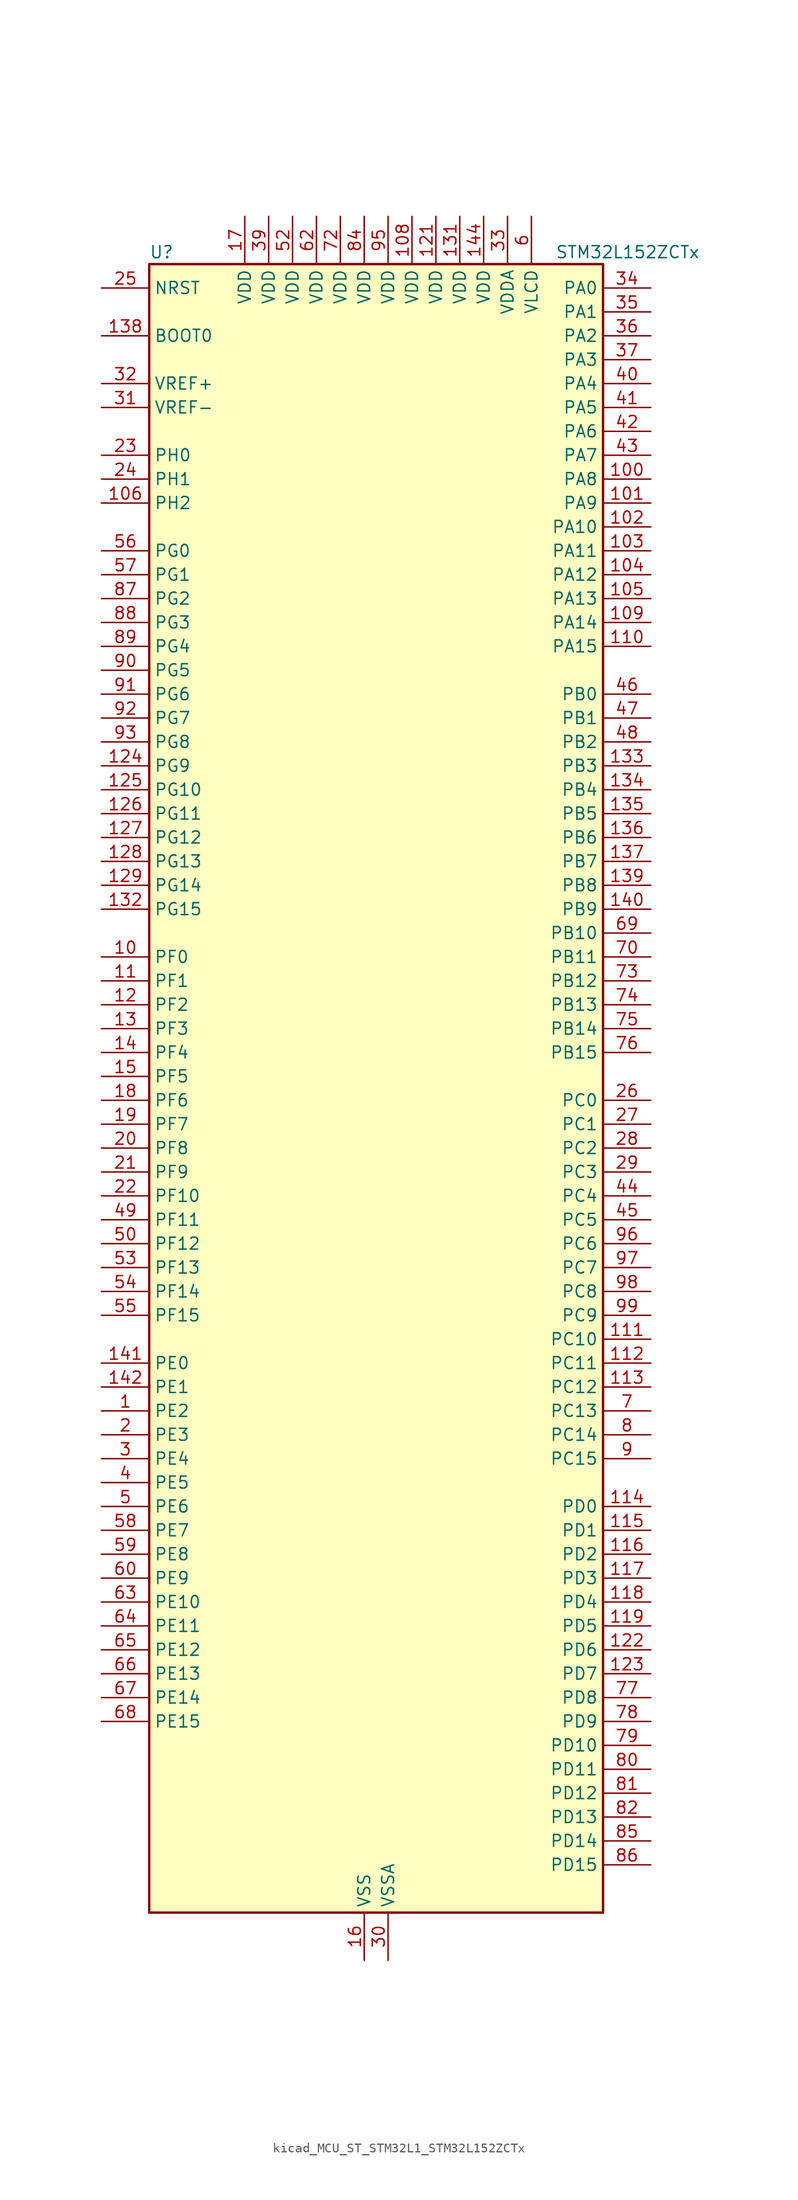
<source format=kicad_sym>
(kicad_symbol_lib
  (version 20220914)
  (generator kicad_symbol_editor)
  (symbol "kicad_MCU_ST_STM32L1_STM32L152ZCTx"
    (property "Reference" "U"
      (at -22.86 90.17 0)
      (effects (font (size 1.27 1.27)) (justify left)))
    (property "Value" "STM32L152ZCTx"
      (at 20.32 90.17 0)
      (effects (font (size 1.27 1.27)) (justify left)))
    (property "ki_locked" ""
      (at 0 0 0)
      (effects (font (size 1.27 1.27))))
    (symbol "kicad_MCU_ST_STM32L1_STM32L152ZCTx_0_1"
      (rectangle (start -22.86 -86.36) (end 25.4 88.9) (stroke (width 0.254) (type default)) (fill (type background))))
    (symbol "kicad_MCU_ST_STM32L1_STM32L152ZCTx_1_1"
      (pin bidirectional line (at -27.94 -33.02 0) (length 5.08) (name "PE2" (effects (font (size 1.27 1.27)))) (number "1" (effects (font (size 1.27 1.27)))) (alternate "LCD_SEG38" bidirectional line) (alternate "SYS_TRACECK" bidirectional line) (alternate "TIM3_ETR" bidirectional line) (alternate "TIMX_IC3" bidirectional line))
      (pin bidirectional line (at -27.94 15.24 0) (length 5.08) (name "PF0" (effects (font (size 1.27 1.27)))) (number "10" (effects (font (size 1.27 1.27)))))
      (pin bidirectional line (at 30.48 66.04 180) (length 5.08) (name "PA8" (effects (font (size 1.27 1.27)))) (number "100" (effects (font (size 1.27 1.27)))) (alternate "LCD_COM0" bidirectional line) (alternate "RCC_MCO" bidirectional line) (alternate "TIMX_IC1" bidirectional line) (alternate "TS_G4_IO1" bidirectional line) (alternate "USART1_CK" bidirectional line))
      (pin bidirectional line (at 30.48 63.5 180) (length 5.08) (name "PA9" (effects (font (size 1.27 1.27)))) (number "101" (effects (font (size 1.27 1.27)))) (alternate "DAC_EXTI9" bidirectional line) (alternate "LCD_COM1" bidirectional line) (alternate "TIMX_IC2" bidirectional line) (alternate "TS_G4_IO2" bidirectional line) (alternate "USART1_TX" bidirectional line))
      (pin bidirectional line (at 30.48 60.96 180) (length 5.08) (name "PA10" (effects (font (size 1.27 1.27)))) (number "102" (effects (font (size 1.27 1.27)))) (alternate "LCD_COM2" bidirectional line) (alternate "TIMX_IC3" bidirectional line) (alternate "TS_G4_IO3" bidirectional line) (alternate "USART1_RX" bidirectional line))
      (pin bidirectional line (at 30.48 58.42 180) (length 5.08) (name "PA11" (effects (font (size 1.27 1.27)))) (number "103" (effects (font (size 1.27 1.27)))) (alternate "ADC_EXTI11" bidirectional line) (alternate "SPI1_MISO" bidirectional line) (alternate "TIMX_IC4" bidirectional line) (alternate "USART1_CTS" bidirectional line) (alternate "USB_DM" bidirectional line))
      (pin bidirectional line (at 30.48 55.88 180) (length 5.08) (name "PA12" (effects (font (size 1.27 1.27)))) (number "104" (effects (font (size 1.27 1.27)))) (alternate "SPI1_MOSI" bidirectional line) (alternate "TIMX_IC1" bidirectional line) (alternate "USART1_RTS" bidirectional line) (alternate "USB_DP" bidirectional line))
      (pin bidirectional line (at 30.48 53.34 180) (length 5.08) (name "PA13" (effects (font (size 1.27 1.27)))) (number "105" (effects (font (size 1.27 1.27)))) (alternate "SYS_JTMS-SWDIO" bidirectional line) (alternate "TIMX_IC2" bidirectional line) (alternate "TS_G5_IO1" bidirectional line))
      (pin bidirectional line (at -27.94 63.5 0) (length 5.08) (name "PH2" (effects (font (size 1.27 1.27)))) (number "106" (effects (font (size 1.27 1.27)))))
      (pin passive line (at 0 -91.44 90) (length 5.08) hide (name "VSS" (effects (font (size 1.27 1.27)))) (number "107" (effects (font (size 1.27 1.27)))))
      (pin power_in line (at 5.08 93.98 270) (length 5.08) (name "VDD" (effects (font (size 1.27 1.27)))) (number "108" (effects (font (size 1.27 1.27)))))
      (pin bidirectional line (at 30.48 50.8 180) (length 5.08) (name "PA14" (effects (font (size 1.27 1.27)))) (number "109" (effects (font (size 1.27 1.27)))) (alternate "SYS_JTCK-SWCLK" bidirectional line) (alternate "TIMX_IC3" bidirectional line) (alternate "TS_G5_IO2" bidirectional line))
      (pin bidirectional line (at -27.94 12.7 0) (length 5.08) (name "PF1" (effects (font (size 1.27 1.27)))) (number "11" (effects (font (size 1.27 1.27)))))
      (pin bidirectional line (at 30.48 48.26 180) (length 5.08) (name "PA15" (effects (font (size 1.27 1.27)))) (number "110" (effects (font (size 1.27 1.27)))) (alternate "ADC_EXTI15" bidirectional line) (alternate "I2S3_WS" bidirectional line) (alternate "LCD_SEG17" bidirectional line) (alternate "SPI1_NSS" bidirectional line) (alternate "SPI3_NSS" bidirectional line) (alternate "SYS_JTDI" bidirectional line) (alternate "TIM2_CH1" bidirectional line) (alternate "TIM2_ETR" bidirectional line) (alternate "TIMX_IC4" bidirectional line) (alternate "TS_G5_IO3" bidirectional line))
      (pin bidirectional line (at 30.48 -25.4 180) (length 5.08) (name "PC10" (effects (font (size 1.27 1.27)))) (number "111" (effects (font (size 1.27 1.27)))) (alternate "I2S3_CK" bidirectional line) (alternate "LCD_COM4" bidirectional line) (alternate "LCD_SEG28" bidirectional line) (alternate "LCD_SEG40" bidirectional line) (alternate "SPI3_SCK" bidirectional line) (alternate "TIMX_IC3" bidirectional line) (alternate "USART3_TX" bidirectional line))
      (pin bidirectional line (at 30.48 -27.94 180) (length 5.08) (name "PC11" (effects (font (size 1.27 1.27)))) (number "112" (effects (font (size 1.27 1.27)))) (alternate "ADC_EXTI11" bidirectional line) (alternate "LCD_COM5" bidirectional line) (alternate "LCD_SEG29" bidirectional line) (alternate "LCD_SEG41" bidirectional line) (alternate "SPI3_MISO" bidirectional line) (alternate "TIMX_IC4" bidirectional line) (alternate "USART3_RX" bidirectional line))
      (pin bidirectional line (at 30.48 -30.48 180) (length 5.08) (name "PC12" (effects (font (size 1.27 1.27)))) (number "113" (effects (font (size 1.27 1.27)))) (alternate "I2S3_SD" bidirectional line) (alternate "LCD_COM6" bidirectional line) (alternate "LCD_SEG30" bidirectional line) (alternate "LCD_SEG42" bidirectional line) (alternate "SPI3_MOSI" bidirectional line) (alternate "TIMX_IC1" bidirectional line) (alternate "USART3_CK" bidirectional line))
      (pin bidirectional line (at 30.48 -43.18 180) (length 5.08) (name "PD0" (effects (font (size 1.27 1.27)))) (number "114" (effects (font (size 1.27 1.27)))) (alternate "I2S2_WS" bidirectional line) (alternate "SPI2_NSS" bidirectional line) (alternate "TIM9_CH1" bidirectional line) (alternate "TIMX_IC1" bidirectional line))
      (pin bidirectional line (at 30.48 -45.72 180) (length 5.08) (name "PD1" (effects (font (size 1.27 1.27)))) (number "115" (effects (font (size 1.27 1.27)))) (alternate "I2S2_CK" bidirectional line) (alternate "SPI2_SCK" bidirectional line) (alternate "TIMX_IC2" bidirectional line))
      (pin bidirectional line (at 30.48 -48.26 180) (length 5.08) (name "PD2" (effects (font (size 1.27 1.27)))) (number "116" (effects (font (size 1.27 1.27)))) (alternate "LCD_COM7" bidirectional line) (alternate "LCD_SEG31" bidirectional line) (alternate "LCD_SEG43" bidirectional line) (alternate "TIM3_ETR" bidirectional line) (alternate "TIMX_IC3" bidirectional line))
      (pin bidirectional line (at 30.48 -50.8 180) (length 5.08) (name "PD3" (effects (font (size 1.27 1.27)))) (number "117" (effects (font (size 1.27 1.27)))) (alternate "SPI2_MISO" bidirectional line) (alternate "TIMX_IC4" bidirectional line) (alternate "USART2_CTS" bidirectional line))
      (pin bidirectional line (at 30.48 -53.34 180) (length 5.08) (name "PD4" (effects (font (size 1.27 1.27)))) (number "118" (effects (font (size 1.27 1.27)))) (alternate "I2S2_SD" bidirectional line) (alternate "SPI2_MOSI" bidirectional line) (alternate "TIMX_IC1" bidirectional line) (alternate "USART2_RTS" bidirectional line))
      (pin bidirectional line (at 30.48 -55.88 180) (length 5.08) (name "PD5" (effects (font (size 1.27 1.27)))) (number "119" (effects (font (size 1.27 1.27)))) (alternate "TIMX_IC2" bidirectional line) (alternate "USART2_TX" bidirectional line))
      (pin bidirectional line (at -27.94 10.16 0) (length 5.08) (name "PF2" (effects (font (size 1.27 1.27)))) (number "12" (effects (font (size 1.27 1.27)))))
      (pin passive line (at 0 -91.44 90) (length 5.08) hide (name "VSS" (effects (font (size 1.27 1.27)))) (number "120" (effects (font (size 1.27 1.27)))))
      (pin power_in line (at 7.62 93.98 270) (length 5.08) (name "VDD" (effects (font (size 1.27 1.27)))) (number "121" (effects (font (size 1.27 1.27)))))
      (pin bidirectional line (at 30.48 -58.42 180) (length 5.08) (name "PD6" (effects (font (size 1.27 1.27)))) (number "122" (effects (font (size 1.27 1.27)))) (alternate "TIMX_IC3" bidirectional line) (alternate "USART2_RX" bidirectional line))
      (pin bidirectional line (at 30.48 -60.96 180) (length 5.08) (name "PD7" (effects (font (size 1.27 1.27)))) (number "123" (effects (font (size 1.27 1.27)))) (alternate "TIM9_CH2" bidirectional line) (alternate "TIMX_IC4" bidirectional line) (alternate "USART2_CK" bidirectional line))
      (pin bidirectional line (at -27.94 35.56 0) (length 5.08) (name "PG9" (effects (font (size 1.27 1.27)))) (number "124" (effects (font (size 1.27 1.27)))) (alternate "DAC_EXTI9" bidirectional line))
      (pin bidirectional line (at -27.94 33.02 0) (length 5.08) (name "PG10" (effects (font (size 1.27 1.27)))) (number "125" (effects (font (size 1.27 1.27)))))
      (pin bidirectional line (at -27.94 30.48 0) (length 5.08) (name "PG11" (effects (font (size 1.27 1.27)))) (number "126" (effects (font (size 1.27 1.27)))) (alternate "ADC_EXTI11" bidirectional line))
      (pin bidirectional line (at -27.94 27.94 0) (length 5.08) (name "PG12" (effects (font (size 1.27 1.27)))) (number "127" (effects (font (size 1.27 1.27)))))
      (pin bidirectional line (at -27.94 25.4 0) (length 5.08) (name "PG13" (effects (font (size 1.27 1.27)))) (number "128" (effects (font (size 1.27 1.27)))))
      (pin bidirectional line (at -27.94 22.86 0) (length 5.08) (name "PG14" (effects (font (size 1.27 1.27)))) (number "129" (effects (font (size 1.27 1.27)))))
      (pin bidirectional line (at -27.94 7.62 0) (length 5.08) (name "PF3" (effects (font (size 1.27 1.27)))) (number "13" (effects (font (size 1.27 1.27)))))
      (pin passive line (at 0 -91.44 90) (length 5.08) hide (name "VSS" (effects (font (size 1.27 1.27)))) (number "130" (effects (font (size 1.27 1.27)))))
      (pin power_in line (at 10.16 93.98 270) (length 5.08) (name "VDD" (effects (font (size 1.27 1.27)))) (number "131" (effects (font (size 1.27 1.27)))))
      (pin bidirectional line (at -27.94 20.32 0) (length 5.08) (name "PG15" (effects (font (size 1.27 1.27)))) (number "132" (effects (font (size 1.27 1.27)))) (alternate "ADC_EXTI15" bidirectional line))
      (pin bidirectional line (at 30.48 35.56 180) (length 5.08) (name "PB3" (effects (font (size 1.27 1.27)))) (number "133" (effects (font (size 1.27 1.27)))) (alternate "COMP2_INM" bidirectional line) (alternate "I2S3_CK" bidirectional line) (alternate "LCD_SEG7" bidirectional line) (alternate "SPI1_SCK" bidirectional line) (alternate "SPI3_SCK" bidirectional line) (alternate "SYS_JTDO-TRACESWO" bidirectional line) (alternate "TIM2_CH2" bidirectional line))
      (pin bidirectional line (at 30.48 33.02 180) (length 5.08) (name "PB4" (effects (font (size 1.27 1.27)))) (number "134" (effects (font (size 1.27 1.27)))) (alternate "COMP2_INP" bidirectional line) (alternate "LCD_SEG8" bidirectional line) (alternate "SPI1_MISO" bidirectional line) (alternate "SPI3_MISO" bidirectional line) (alternate "SYS_JTRST" bidirectional line) (alternate "TIM3_CH1" bidirectional line) (alternate "TS_G6_IO1" bidirectional line))
      (pin bidirectional line (at 30.48 30.48 180) (length 5.08) (name "PB5" (effects (font (size 1.27 1.27)))) (number "135" (effects (font (size 1.27 1.27)))) (alternate "COMP2_INP" bidirectional line) (alternate "I2C1_SMBA" bidirectional line) (alternate "I2S3_SD" bidirectional line) (alternate "LCD_SEG9" bidirectional line) (alternate "SPI1_MOSI" bidirectional line) (alternate "SPI3_MOSI" bidirectional line) (alternate "TIM3_CH2" bidirectional line) (alternate "TS_G6_IO2" bidirectional line))
      (pin bidirectional line (at 30.48 27.94 180) (length 5.08) (name "PB6" (effects (font (size 1.27 1.27)))) (number "136" (effects (font (size 1.27 1.27)))) (alternate "COMP2_INP" bidirectional line) (alternate "I2C1_SCL" bidirectional line) (alternate "TIM4_CH1" bidirectional line) (alternate "TS_G6_IO3" bidirectional line) (alternate "USART1_TX" bidirectional line))
      (pin bidirectional line (at 30.48 25.4 180) (length 5.08) (name "PB7" (effects (font (size 1.27 1.27)))) (number "137" (effects (font (size 1.27 1.27)))) (alternate "COMP2_INP" bidirectional line) (alternate "I2C1_SDA" bidirectional line) (alternate "SYS_PVD_IN" bidirectional line) (alternate "TIM4_CH2" bidirectional line) (alternate "TS_G6_IO4" bidirectional line) (alternate "USART1_RX" bidirectional line))
      (pin input line (at -27.94 81.28 0) (length 5.08) (name "BOOT0" (effects (font (size 1.27 1.27)))) (number "138" (effects (font (size 1.27 1.27)))))
      (pin bidirectional line (at 30.48 22.86 180) (length 5.08) (name "PB8" (effects (font (size 1.27 1.27)))) (number "139" (effects (font (size 1.27 1.27)))) (alternate "I2C1_SCL" bidirectional line) (alternate "LCD_SEG16" bidirectional line) (alternate "TIM10_CH1" bidirectional line) (alternate "TIM4_CH3" bidirectional line))
      (pin bidirectional line (at -27.94 5.08 0) (length 5.08) (name "PF4" (effects (font (size 1.27 1.27)))) (number "14" (effects (font (size 1.27 1.27)))))
      (pin bidirectional line (at 30.48 20.32 180) (length 5.08) (name "PB9" (effects (font (size 1.27 1.27)))) (number "140" (effects (font (size 1.27 1.27)))) (alternate "DAC_EXTI9" bidirectional line) (alternate "I2C1_SDA" bidirectional line) (alternate "LCD_COM3" bidirectional line) (alternate "TIM11_CH1" bidirectional line) (alternate "TIM4_CH4" bidirectional line))
      (pin bidirectional line (at -27.94 -27.94 0) (length 5.08) (name "PE0" (effects (font (size 1.27 1.27)))) (number "141" (effects (font (size 1.27 1.27)))) (alternate "LCD_SEG36" bidirectional line) (alternate "TIM10_CH1" bidirectional line) (alternate "TIM4_ETR" bidirectional line) (alternate "TIMX_IC1" bidirectional line))
      (pin bidirectional line (at -27.94 -30.48 0) (length 5.08) (name "PE1" (effects (font (size 1.27 1.27)))) (number "142" (effects (font (size 1.27 1.27)))) (alternate "LCD_SEG37" bidirectional line) (alternate "TIM11_CH1" bidirectional line) (alternate "TIMX_IC2" bidirectional line))
      (pin passive line (at 0 -91.44 90) (length 5.08) hide (name "VSS" (effects (font (size 1.27 1.27)))) (number "143" (effects (font (size 1.27 1.27)))))
      (pin power_in line (at 12.7 93.98 270) (length 5.08) (name "VDD" (effects (font (size 1.27 1.27)))) (number "144" (effects (font (size 1.27 1.27)))))
      (pin bidirectional line (at -27.94 2.54 0) (length 5.08) (name "PF5" (effects (font (size 1.27 1.27)))) (number "15" (effects (font (size 1.27 1.27)))))
      (pin power_in line (at 0 -91.44 90) (length 5.08) (name "VSS" (effects (font (size 1.27 1.27)))) (number "16" (effects (font (size 1.27 1.27)))))
      (pin power_in line (at -12.7 93.98 270) (length 5.08) (name "VDD" (effects (font (size 1.27 1.27)))) (number "17" (effects (font (size 1.27 1.27)))))
      (pin bidirectional line (at -27.94 0 0) (length 5.08) (name "PF6" (effects (font (size 1.27 1.27)))) (number "18" (effects (font (size 1.27 1.27)))) (alternate "ADC_IN27" bidirectional line) (alternate "TIM5_CH1" bidirectional line) (alternate "TIM5_ETR" bidirectional line) (alternate "TS_G11_IO1" bidirectional line))
      (pin bidirectional line (at -27.94 -2.54 0) (length 5.08) (name "PF7" (effects (font (size 1.27 1.27)))) (number "19" (effects (font (size 1.27 1.27)))) (alternate "ADC_IN28" bidirectional line) (alternate "COMP1_INP" bidirectional line) (alternate "TIM5_CH2" bidirectional line) (alternate "TS_G11_IO2" bidirectional line))
      (pin bidirectional line (at -27.94 -35.56 0) (length 5.08) (name "PE3" (effects (font (size 1.27 1.27)))) (number "2" (effects (font (size 1.27 1.27)))) (alternate "LCD_SEG39" bidirectional line) (alternate "SYS_TRACED0" bidirectional line) (alternate "TIM3_CH1" bidirectional line) (alternate "TIMX_IC4" bidirectional line))
      (pin bidirectional line (at -27.94 -5.08 0) (length 5.08) (name "PF8" (effects (font (size 1.27 1.27)))) (number "20" (effects (font (size 1.27 1.27)))) (alternate "ADC_IN29" bidirectional line) (alternate "COMP1_INP" bidirectional line) (alternate "TIM5_CH3" bidirectional line) (alternate "TS_G11_IO3" bidirectional line))
      (pin bidirectional line (at -27.94 -7.62 0) (length 5.08) (name "PF9" (effects (font (size 1.27 1.27)))) (number "21" (effects (font (size 1.27 1.27)))) (alternate "ADC_IN30" bidirectional line) (alternate "COMP1_INP" bidirectional line) (alternate "DAC_EXTI9" bidirectional line) (alternate "TIM5_CH4" bidirectional line) (alternate "TS_G11_IO4" bidirectional line))
      (pin bidirectional line (at -27.94 -10.16 0) (length 5.08) (name "PF10" (effects (font (size 1.27 1.27)))) (number "22" (effects (font (size 1.27 1.27)))) (alternate "ADC_IN31" bidirectional line) (alternate "COMP1_INP" bidirectional line) (alternate "TS_G11_IO5" bidirectional line))
      (pin bidirectional line (at -27.94 68.58 0) (length 5.08) (name "PH0" (effects (font (size 1.27 1.27)))) (number "23" (effects (font (size 1.27 1.27)))) (alternate "RCC_OSC_IN" bidirectional line))
      (pin bidirectional line (at -27.94 66.04 0) (length 5.08) (name "PH1" (effects (font (size 1.27 1.27)))) (number "24" (effects (font (size 1.27 1.27)))) (alternate "RCC_OSC_OUT" bidirectional line))
      (pin input line (at -27.94 86.36 0) (length 5.08) (name "NRST" (effects (font (size 1.27 1.27)))) (number "25" (effects (font (size 1.27 1.27)))))
      (pin bidirectional line (at 30.48 0 180) (length 5.08) (name "PC0" (effects (font (size 1.27 1.27)))) (number "26" (effects (font (size 1.27 1.27)))) (alternate "ADC_IN10" bidirectional line) (alternate "COMP1_INP" bidirectional line) (alternate "LCD_SEG18" bidirectional line) (alternate "TIMX_IC1" bidirectional line) (alternate "TS_G8_IO1" bidirectional line))
      (pin bidirectional line (at 30.48 -2.54 180) (length 5.08) (name "PC1" (effects (font (size 1.27 1.27)))) (number "27" (effects (font (size 1.27 1.27)))) (alternate "ADC_IN11" bidirectional line) (alternate "COMP1_INP" bidirectional line) (alternate "LCD_SEG19" bidirectional line) (alternate "TIMX_IC2" bidirectional line) (alternate "TS_G8_IO2" bidirectional line))
      (pin bidirectional line (at 30.48 -5.08 180) (length 5.08) (name "PC2" (effects (font (size 1.27 1.27)))) (number "28" (effects (font (size 1.27 1.27)))) (alternate "ADC_IN12" bidirectional line) (alternate "COMP1_INP" bidirectional line) (alternate "LCD_SEG20" bidirectional line) (alternate "TIMX_IC3" bidirectional line) (alternate "TS_G8_IO3" bidirectional line))
      (pin bidirectional line (at 30.48 -7.62 180) (length 5.08) (name "PC3" (effects (font (size 1.27 1.27)))) (number "29" (effects (font (size 1.27 1.27)))) (alternate "ADC_IN13" bidirectional line) (alternate "COMP1_INP" bidirectional line) (alternate "LCD_SEG21" bidirectional line) (alternate "TIMX_IC4" bidirectional line) (alternate "TS_G8_IO4" bidirectional line))
      (pin bidirectional line (at -27.94 -38.1 0) (length 5.08) (name "PE4" (effects (font (size 1.27 1.27)))) (number "3" (effects (font (size 1.27 1.27)))) (alternate "SYS_TRACED1" bidirectional line) (alternate "TIM3_CH2" bidirectional line) (alternate "TIMX_IC1" bidirectional line))
      (pin power_in line (at 2.54 -91.44 90) (length 5.08) (name "VSSA" (effects (font (size 1.27 1.27)))) (number "30" (effects (font (size 1.27 1.27)))))
      (pin input line (at -27.94 73.66 0) (length 5.08) (name "VREF-" (effects (font (size 1.27 1.27)))) (number "31" (effects (font (size 1.27 1.27)))))
      (pin input line (at -27.94 76.2 0) (length 5.08) (name "VREF+" (effects (font (size 1.27 1.27)))) (number "32" (effects (font (size 1.27 1.27)))))
      (pin power_in line (at 15.24 93.98 270) (length 5.08) (name "VDDA" (effects (font (size 1.27 1.27)))) (number "33" (effects (font (size 1.27 1.27)))))
      (pin bidirectional line (at 30.48 86.36 180) (length 5.08) (name "PA0" (effects (font (size 1.27 1.27)))) (number "34" (effects (font (size 1.27 1.27)))) (alternate "ADC_IN0" bidirectional line) (alternate "COMP1_INP" bidirectional line) (alternate "RTC_TAMP2" bidirectional line) (alternate "SYS_WKUP1" bidirectional line) (alternate "TIM2_CH1" bidirectional line) (alternate "TIM2_ETR" bidirectional line) (alternate "TIM5_CH1" bidirectional line) (alternate "TIMX_IC1" bidirectional line) (alternate "TS_G1_IO1" bidirectional line) (alternate "USART2_CTS" bidirectional line))
      (pin bidirectional line (at 30.48 83.82 180) (length 5.08) (name "PA1" (effects (font (size 1.27 1.27)))) (number "35" (effects (font (size 1.27 1.27)))) (alternate "ADC_IN1" bidirectional line) (alternate "COMP1_INP" bidirectional line) (alternate "LCD_SEG0" bidirectional line) (alternate "OPAMP1_VINP" bidirectional line) (alternate "TIM2_CH2" bidirectional line) (alternate "TIM5_CH2" bidirectional line) (alternate "TIMX_IC2" bidirectional line) (alternate "TS_G1_IO2" bidirectional line) (alternate "USART2_RTS" bidirectional line))
      (pin bidirectional line (at 30.48 81.28 180) (length 5.08) (name "PA2" (effects (font (size 1.27 1.27)))) (number "36" (effects (font (size 1.27 1.27)))) (alternate "ADC_IN2" bidirectional line) (alternate "COMP1_INP" bidirectional line) (alternate "LCD_SEG1" bidirectional line) (alternate "OPAMP1_VINM" bidirectional line) (alternate "TIM2_CH3" bidirectional line) (alternate "TIM5_CH3" bidirectional line) (alternate "TIM9_CH1" bidirectional line) (alternate "TIMX_IC3" bidirectional line) (alternate "TS_G1_IO3" bidirectional line) (alternate "USART2_TX" bidirectional line))
      (pin bidirectional line (at 30.48 78.74 180) (length 5.08) (name "PA3" (effects (font (size 1.27 1.27)))) (number "37" (effects (font (size 1.27 1.27)))) (alternate "ADC_IN3" bidirectional line) (alternate "COMP1_INP" bidirectional line) (alternate "LCD_SEG2" bidirectional line) (alternate "OPAMP1_VOUT" bidirectional line) (alternate "TIM2_CH4" bidirectional line) (alternate "TIM5_CH4" bidirectional line) (alternate "TIM9_CH2" bidirectional line) (alternate "TIMX_IC4" bidirectional line) (alternate "TS_G1_IO4" bidirectional line) (alternate "USART2_RX" bidirectional line))
      (pin passive line (at 0 -91.44 90) (length 5.08) hide (name "VSS" (effects (font (size 1.27 1.27)))) (number "38" (effects (font (size 1.27 1.27)))))
      (pin power_in line (at -10.16 93.98 270) (length 5.08) (name "VDD" (effects (font (size 1.27 1.27)))) (number "39" (effects (font (size 1.27 1.27)))))
      (pin bidirectional line (at -27.94 -40.64 0) (length 5.08) (name "PE5" (effects (font (size 1.27 1.27)))) (number "4" (effects (font (size 1.27 1.27)))) (alternate "SYS_TRACED2" bidirectional line) (alternate "TIM9_CH1" bidirectional line) (alternate "TIMX_IC2" bidirectional line))
      (pin bidirectional line (at 30.48 76.2 180) (length 5.08) (name "PA4" (effects (font (size 1.27 1.27)))) (number "40" (effects (font (size 1.27 1.27)))) (alternate "ADC_IN4" bidirectional line) (alternate "COMP1_INP" bidirectional line) (alternate "DAC_OUT1" bidirectional line) (alternate "I2S3_WS" bidirectional line) (alternate "SPI1_NSS" bidirectional line) (alternate "SPI3_NSS" bidirectional line) (alternate "TIMX_IC1" bidirectional line) (alternate "USART2_CK" bidirectional line))
      (pin bidirectional line (at 30.48 73.66 180) (length 5.08) (name "PA5" (effects (font (size 1.27 1.27)))) (number "41" (effects (font (size 1.27 1.27)))) (alternate "ADC_IN5" bidirectional line) (alternate "COMP1_INP" bidirectional line) (alternate "DAC_OUT2" bidirectional line) (alternate "SPI1_SCK" bidirectional line) (alternate "TIM2_CH1" bidirectional line) (alternate "TIM2_ETR" bidirectional line) (alternate "TIMX_IC2" bidirectional line))
      (pin bidirectional line (at 30.48 71.12 180) (length 5.08) (name "PA6" (effects (font (size 1.27 1.27)))) (number "42" (effects (font (size 1.27 1.27)))) (alternate "ADC_IN6" bidirectional line) (alternate "COMP1_INP" bidirectional line) (alternate "LCD_SEG3" bidirectional line) (alternate "OPAMP2_VINP" bidirectional line) (alternate "SPI1_MISO" bidirectional line) (alternate "TIM10_CH1" bidirectional line) (alternate "TIM3_CH1" bidirectional line) (alternate "TIMX_IC3" bidirectional line) (alternate "TS_G2_IO1" bidirectional line))
      (pin bidirectional line (at 30.48 68.58 180) (length 5.08) (name "PA7" (effects (font (size 1.27 1.27)))) (number "43" (effects (font (size 1.27 1.27)))) (alternate "ADC_IN7" bidirectional line) (alternate "COMP1_INP" bidirectional line) (alternate "LCD_SEG4" bidirectional line) (alternate "OPAMP2_VINM" bidirectional line) (alternate "SPI1_MOSI" bidirectional line) (alternate "TIM11_CH1" bidirectional line) (alternate "TIM3_CH2" bidirectional line) (alternate "TIMX_IC4" bidirectional line) (alternate "TS_G2_IO2" bidirectional line))
      (pin bidirectional line (at 30.48 -10.16 180) (length 5.08) (name "PC4" (effects (font (size 1.27 1.27)))) (number "44" (effects (font (size 1.27 1.27)))) (alternate "ADC_IN14" bidirectional line) (alternate "COMP1_INP" bidirectional line) (alternate "LCD_SEG22" bidirectional line) (alternate "TIMX_IC1" bidirectional line) (alternate "TS_G9_IO1" bidirectional line))
      (pin bidirectional line (at 30.48 -12.7 180) (length 5.08) (name "PC5" (effects (font (size 1.27 1.27)))) (number "45" (effects (font (size 1.27 1.27)))) (alternate "ADC_IN15" bidirectional line) (alternate "COMP1_INP" bidirectional line) (alternate "LCD_SEG23" bidirectional line) (alternate "TIMX_IC2" bidirectional line) (alternate "TS_G9_IO2" bidirectional line))
      (pin bidirectional line (at 30.48 43.18 180) (length 5.08) (name "PB0" (effects (font (size 1.27 1.27)))) (number "46" (effects (font (size 1.27 1.27)))) (alternate "ADC_IN8" bidirectional line) (alternate "COMP1_INP" bidirectional line) (alternate "LCD_SEG5" bidirectional line) (alternate "OPAMP2_VOUT" bidirectional line) (alternate "SYS_V_REF_OUT" bidirectional line) (alternate "TIM3_CH3" bidirectional line) (alternate "TS_G3_IO1" bidirectional line))
      (pin bidirectional line (at 30.48 40.64 180) (length 5.08) (name "PB1" (effects (font (size 1.27 1.27)))) (number "47" (effects (font (size 1.27 1.27)))) (alternate "ADC_IN9" bidirectional line) (alternate "COMP1_INP" bidirectional line) (alternate "LCD_SEG6" bidirectional line) (alternate "SYS_V_REF_OUT" bidirectional line) (alternate "TIM3_CH4" bidirectional line) (alternate "TS_G3_IO2" bidirectional line))
      (pin bidirectional line (at 30.48 38.1 180) (length 5.08) (name "PB2" (effects (font (size 1.27 1.27)))) (number "48" (effects (font (size 1.27 1.27)))) (alternate "ADC_IN0b" bidirectional line) (alternate "TS_G3_IO3" bidirectional line))
      (pin bidirectional line (at -27.94 -12.7 0) (length 5.08) (name "PF11" (effects (font (size 1.27 1.27)))) (number "49" (effects (font (size 1.27 1.27)))) (alternate "ADC_EXTI11" bidirectional line) (alternate "ADC_IN1b" bidirectional line) (alternate "TS_G3_IO4" bidirectional line))
      (pin bidirectional line (at -27.94 -43.18 0) (length 5.08) (name "PE6" (effects (font (size 1.27 1.27)))) (number "5" (effects (font (size 1.27 1.27)))) (alternate "RTC_TAMP3" bidirectional line) (alternate "SYS_TRACED3" bidirectional line) (alternate "SYS_WKUP3" bidirectional line) (alternate "TIM9_CH2" bidirectional line) (alternate "TIMX_IC3" bidirectional line))
      (pin bidirectional line (at -27.94 -15.24 0) (length 5.08) (name "PF12" (effects (font (size 1.27 1.27)))) (number "50" (effects (font (size 1.27 1.27)))) (alternate "ADC_IN2b" bidirectional line) (alternate "TS_G3_IO5" bidirectional line))
      (pin passive line (at 0 -91.44 90) (length 5.08) hide (name "VSS" (effects (font (size 1.27 1.27)))) (number "51" (effects (font (size 1.27 1.27)))))
      (pin power_in line (at -7.62 93.98 270) (length 5.08) (name "VDD" (effects (font (size 1.27 1.27)))) (number "52" (effects (font (size 1.27 1.27)))))
      (pin bidirectional line (at -27.94 -17.78 0) (length 5.08) (name "PF13" (effects (font (size 1.27 1.27)))) (number "53" (effects (font (size 1.27 1.27)))) (alternate "ADC_IN3b" bidirectional line) (alternate "TS_G9_IO3" bidirectional line))
      (pin bidirectional line (at -27.94 -20.32 0) (length 5.08) (name "PF14" (effects (font (size 1.27 1.27)))) (number "54" (effects (font (size 1.27 1.27)))) (alternate "ADC_IN6b" bidirectional line) (alternate "TS_G9_IO4" bidirectional line))
      (pin bidirectional line (at -27.94 -22.86 0) (length 5.08) (name "PF15" (effects (font (size 1.27 1.27)))) (number "55" (effects (font (size 1.27 1.27)))) (alternate "ADC_EXTI15" bidirectional line) (alternate "ADC_IN7b" bidirectional line) (alternate "TS_G2_IO3" bidirectional line))
      (pin bidirectional line (at -27.94 58.42 0) (length 5.08) (name "PG0" (effects (font (size 1.27 1.27)))) (number "56" (effects (font (size 1.27 1.27)))) (alternate "ADC_IN8b" bidirectional line) (alternate "TS_G2_IO4" bidirectional line))
      (pin bidirectional line (at -27.94 55.88 0) (length 5.08) (name "PG1" (effects (font (size 1.27 1.27)))) (number "57" (effects (font (size 1.27 1.27)))) (alternate "ADC_IN9b" bidirectional line) (alternate "TS_G2_IO5" bidirectional line))
      (pin bidirectional line (at -27.94 -45.72 0) (length 5.08) (name "PE7" (effects (font (size 1.27 1.27)))) (number "58" (effects (font (size 1.27 1.27)))) (alternate "ADC_IN22" bidirectional line) (alternate "COMP1_INP" bidirectional line) (alternate "TIMX_IC4" bidirectional line))
      (pin bidirectional line (at -27.94 -48.26 0) (length 5.08) (name "PE8" (effects (font (size 1.27 1.27)))) (number "59" (effects (font (size 1.27 1.27)))) (alternate "ADC_IN23" bidirectional line) (alternate "COMP1_INP" bidirectional line) (alternate "TIMX_IC1" bidirectional line))
      (pin power_in line (at 17.78 93.98 270) (length 5.08) (name "VLCD" (effects (font (size 1.27 1.27)))) (number "6" (effects (font (size 1.27 1.27)))))
      (pin bidirectional line (at -27.94 -50.8 0) (length 5.08) (name "PE9" (effects (font (size 1.27 1.27)))) (number "60" (effects (font (size 1.27 1.27)))) (alternate "ADC_IN24" bidirectional line) (alternate "COMP1_INP" bidirectional line) (alternate "DAC_EXTI9" bidirectional line) (alternate "TIM2_CH1" bidirectional line) (alternate "TIM2_ETR" bidirectional line) (alternate "TIMX_IC2" bidirectional line))
      (pin passive line (at 0 -91.44 90) (length 5.08) hide (name "VSS" (effects (font (size 1.27 1.27)))) (number "61" (effects (font (size 1.27 1.27)))))
      (pin power_in line (at -5.08 93.98 270) (length 5.08) (name "VDD" (effects (font (size 1.27 1.27)))) (number "62" (effects (font (size 1.27 1.27)))))
      (pin bidirectional line (at -27.94 -53.34 0) (length 5.08) (name "PE10" (effects (font (size 1.27 1.27)))) (number "63" (effects (font (size 1.27 1.27)))) (alternate "ADC_IN25" bidirectional line) (alternate "COMP1_INP" bidirectional line) (alternate "TIM2_CH2" bidirectional line) (alternate "TIMX_IC3" bidirectional line))
      (pin bidirectional line (at -27.94 -55.88 0) (length 5.08) (name "PE11" (effects (font (size 1.27 1.27)))) (number "64" (effects (font (size 1.27 1.27)))) (alternate "ADC_EXTI11" bidirectional line) (alternate "TIM2_CH3" bidirectional line) (alternate "TIMX_IC4" bidirectional line))
      (pin bidirectional line (at -27.94 -58.42 0) (length 5.08) (name "PE12" (effects (font (size 1.27 1.27)))) (number "65" (effects (font (size 1.27 1.27)))) (alternate "SPI1_NSS" bidirectional line) (alternate "TIM2_CH4" bidirectional line) (alternate "TIMX_IC1" bidirectional line))
      (pin bidirectional line (at -27.94 -60.96 0) (length 5.08) (name "PE13" (effects (font (size 1.27 1.27)))) (number "66" (effects (font (size 1.27 1.27)))) (alternate "SPI1_SCK" bidirectional line) (alternate "TIMX_IC2" bidirectional line))
      (pin bidirectional line (at -27.94 -63.5 0) (length 5.08) (name "PE14" (effects (font (size 1.27 1.27)))) (number "67" (effects (font (size 1.27 1.27)))) (alternate "SPI1_MISO" bidirectional line) (alternate "TIMX_IC3" bidirectional line))
      (pin bidirectional line (at -27.94 -66.04 0) (length 5.08) (name "PE15" (effects (font (size 1.27 1.27)))) (number "68" (effects (font (size 1.27 1.27)))) (alternate "ADC_EXTI15" bidirectional line) (alternate "SPI1_MOSI" bidirectional line) (alternate "TIMX_IC4" bidirectional line))
      (pin bidirectional line (at 30.48 17.78 180) (length 5.08) (name "PB10" (effects (font (size 1.27 1.27)))) (number "69" (effects (font (size 1.27 1.27)))) (alternate "I2C2_SCL" bidirectional line) (alternate "LCD_SEG10" bidirectional line) (alternate "TIM2_CH3" bidirectional line) (alternate "USART3_TX" bidirectional line))
      (pin bidirectional line (at 30.48 -33.02 180) (length 5.08) (name "PC13" (effects (font (size 1.27 1.27)))) (number "7" (effects (font (size 1.27 1.27)))) (alternate "RTC_OUT_ALARM" bidirectional line) (alternate "RTC_OUT_CALIB" bidirectional line) (alternate "RTC_TAMP1" bidirectional line) (alternate "RTC_TS" bidirectional line) (alternate "SYS_WKUP2" bidirectional line) (alternate "TIMX_IC2" bidirectional line))
      (pin bidirectional line (at 30.48 15.24 180) (length 5.08) (name "PB11" (effects (font (size 1.27 1.27)))) (number "70" (effects (font (size 1.27 1.27)))) (alternate "ADC_EXTI11" bidirectional line) (alternate "I2C2_SDA" bidirectional line) (alternate "LCD_SEG11" bidirectional line) (alternate "TIM2_CH4" bidirectional line) (alternate "USART3_RX" bidirectional line))
      (pin passive line (at 0 -91.44 90) (length 5.08) hide (name "VSS" (effects (font (size 1.27 1.27)))) (number "71" (effects (font (size 1.27 1.27)))))
      (pin power_in line (at -2.54 93.98 270) (length 5.08) (name "VDD" (effects (font (size 1.27 1.27)))) (number "72" (effects (font (size 1.27 1.27)))))
      (pin bidirectional line (at 30.48 12.7 180) (length 5.08) (name "PB12" (effects (font (size 1.27 1.27)))) (number "73" (effects (font (size 1.27 1.27)))) (alternate "ADC_IN18" bidirectional line) (alternate "COMP1_INP" bidirectional line) (alternate "I2C2_SMBA" bidirectional line) (alternate "I2S2_WS" bidirectional line) (alternate "LCD_SEG12" bidirectional line) (alternate "SPI2_NSS" bidirectional line) (alternate "TIM10_CH1" bidirectional line) (alternate "TS_G7_IO1" bidirectional line) (alternate "USART3_CK" bidirectional line))
      (pin bidirectional line (at 30.48 10.16 180) (length 5.08) (name "PB13" (effects (font (size 1.27 1.27)))) (number "74" (effects (font (size 1.27 1.27)))) (alternate "ADC_IN19" bidirectional line) (alternate "COMP1_INP" bidirectional line) (alternate "I2S2_CK" bidirectional line) (alternate "LCD_SEG13" bidirectional line) (alternate "SPI2_SCK" bidirectional line) (alternate "TIM9_CH1" bidirectional line) (alternate "TS_G7_IO2" bidirectional line) (alternate "USART3_CTS" bidirectional line))
      (pin bidirectional line (at 30.48 7.62 180) (length 5.08) (name "PB14" (effects (font (size 1.27 1.27)))) (number "75" (effects (font (size 1.27 1.27)))) (alternate "ADC_IN20" bidirectional line) (alternate "COMP1_INP" bidirectional line) (alternate "LCD_SEG14" bidirectional line) (alternate "SPI2_MISO" bidirectional line) (alternate "TIM9_CH2" bidirectional line) (alternate "TS_G7_IO3" bidirectional line) (alternate "USART3_RTS" bidirectional line))
      (pin bidirectional line (at 30.48 5.08 180) (length 5.08) (name "PB15" (effects (font (size 1.27 1.27)))) (number "76" (effects (font (size 1.27 1.27)))) (alternate "ADC_EXTI15" bidirectional line) (alternate "ADC_IN21" bidirectional line) (alternate "COMP1_INP" bidirectional line) (alternate "I2S2_SD" bidirectional line) (alternate "LCD_SEG15" bidirectional line) (alternate "RTC_REFIN" bidirectional line) (alternate "SPI2_MOSI" bidirectional line) (alternate "TIM11_CH1" bidirectional line) (alternate "TS_G7_IO4" bidirectional line))
      (pin bidirectional line (at 30.48 -63.5 180) (length 5.08) (name "PD8" (effects (font (size 1.27 1.27)))) (number "77" (effects (font (size 1.27 1.27)))) (alternate "LCD_SEG28" bidirectional line) (alternate "TIMX_IC1" bidirectional line) (alternate "USART3_TX" bidirectional line))
      (pin bidirectional line (at 30.48 -66.04 180) (length 5.08) (name "PD9" (effects (font (size 1.27 1.27)))) (number "78" (effects (font (size 1.27 1.27)))) (alternate "DAC_EXTI9" bidirectional line) (alternate "LCD_SEG29" bidirectional line) (alternate "TIMX_IC2" bidirectional line) (alternate "USART3_RX" bidirectional line))
      (pin bidirectional line (at 30.48 -68.58 180) (length 5.08) (name "PD10" (effects (font (size 1.27 1.27)))) (number "79" (effects (font (size 1.27 1.27)))) (alternate "LCD_SEG30" bidirectional line) (alternate "TIMX_IC3" bidirectional line) (alternate "USART3_CK" bidirectional line))
      (pin bidirectional line (at 30.48 -35.56 180) (length 5.08) (name "PC14" (effects (font (size 1.27 1.27)))) (number "8" (effects (font (size 1.27 1.27)))) (alternate "RCC_OSC32_IN" bidirectional line) (alternate "TIMX_IC3" bidirectional line))
      (pin bidirectional line (at 30.48 -71.12 180) (length 5.08) (name "PD11" (effects (font (size 1.27 1.27)))) (number "80" (effects (font (size 1.27 1.27)))) (alternate "ADC_EXTI11" bidirectional line) (alternate "LCD_SEG31" bidirectional line) (alternate "TIMX_IC4" bidirectional line) (alternate "USART3_CTS" bidirectional line))
      (pin bidirectional line (at 30.48 -73.66 180) (length 5.08) (name "PD12" (effects (font (size 1.27 1.27)))) (number "81" (effects (font (size 1.27 1.27)))) (alternate "LCD_SEG32" bidirectional line) (alternate "TIM4_CH1" bidirectional line) (alternate "TIMX_IC1" bidirectional line) (alternate "USART3_RTS" bidirectional line))
      (pin bidirectional line (at 30.48 -76.2 180) (length 5.08) (name "PD13" (effects (font (size 1.27 1.27)))) (number "82" (effects (font (size 1.27 1.27)))) (alternate "LCD_SEG33" bidirectional line) (alternate "TIM4_CH2" bidirectional line) (alternate "TIMX_IC2" bidirectional line))
      (pin passive line (at 0 -91.44 90) (length 5.08) hide (name "VSS" (effects (font (size 1.27 1.27)))) (number "83" (effects (font (size 1.27 1.27)))))
      (pin power_in line (at 0 93.98 270) (length 5.08) (name "VDD" (effects (font (size 1.27 1.27)))) (number "84" (effects (font (size 1.27 1.27)))))
      (pin bidirectional line (at 30.48 -78.74 180) (length 5.08) (name "PD14" (effects (font (size 1.27 1.27)))) (number "85" (effects (font (size 1.27 1.27)))) (alternate "LCD_SEG34" bidirectional line) (alternate "TIM4_CH3" bidirectional line) (alternate "TIMX_IC3" bidirectional line))
      (pin bidirectional line (at 30.48 -81.28 180) (length 5.08) (name "PD15" (effects (font (size 1.27 1.27)))) (number "86" (effects (font (size 1.27 1.27)))) (alternate "ADC_EXTI15" bidirectional line) (alternate "LCD_SEG35" bidirectional line) (alternate "TIM4_CH4" bidirectional line) (alternate "TIMX_IC4" bidirectional line))
      (pin bidirectional line (at -27.94 53.34 0) (length 5.08) (name "PG2" (effects (font (size 1.27 1.27)))) (number "87" (effects (font (size 1.27 1.27)))) (alternate "ADC_IN10b" bidirectional line) (alternate "TS_G7_IO5" bidirectional line))
      (pin bidirectional line (at -27.94 50.8 0) (length 5.08) (name "PG3" (effects (font (size 1.27 1.27)))) (number "88" (effects (font (size 1.27 1.27)))) (alternate "ADC_IN11b" bidirectional line) (alternate "TS_G7_IO6" bidirectional line))
      (pin bidirectional line (at -27.94 48.26 0) (length 5.08) (name "PG4" (effects (font (size 1.27 1.27)))) (number "89" (effects (font (size 1.27 1.27)))) (alternate "ADC_IN12b" bidirectional line) (alternate "TS_G7_IO7" bidirectional line))
      (pin bidirectional line (at 30.48 -38.1 180) (length 5.08) (name "PC15" (effects (font (size 1.27 1.27)))) (number "9" (effects (font (size 1.27 1.27)))) (alternate "ADC_EXTI15" bidirectional line) (alternate "RCC_OSC32_OUT" bidirectional line) (alternate "TIMX_IC4" bidirectional line))
      (pin bidirectional line (at -27.94 45.72 0) (length 5.08) (name "PG5" (effects (font (size 1.27 1.27)))) (number "90" (effects (font (size 1.27 1.27)))))
      (pin bidirectional line (at -27.94 43.18 0) (length 5.08) (name "PG6" (effects (font (size 1.27 1.27)))) (number "91" (effects (font (size 1.27 1.27)))))
      (pin bidirectional line (at -27.94 40.64 0) (length 5.08) (name "PG7" (effects (font (size 1.27 1.27)))) (number "92" (effects (font (size 1.27 1.27)))))
      (pin bidirectional line (at -27.94 38.1 0) (length 5.08) (name "PG8" (effects (font (size 1.27 1.27)))) (number "93" (effects (font (size 1.27 1.27)))))
      (pin passive line (at 0 -91.44 90) (length 5.08) hide (name "VSS" (effects (font (size 1.27 1.27)))) (number "94" (effects (font (size 1.27 1.27)))))
      (pin power_in line (at 2.54 93.98 270) (length 5.08) (name "VDD" (effects (font (size 1.27 1.27)))) (number "95" (effects (font (size 1.27 1.27)))))
      (pin bidirectional line (at 30.48 -15.24 180) (length 5.08) (name "PC6" (effects (font (size 1.27 1.27)))) (number "96" (effects (font (size 1.27 1.27)))) (alternate "I2S2_MCK" bidirectional line) (alternate "LCD_SEG24" bidirectional line) (alternate "TIM3_CH1" bidirectional line) (alternate "TIMX_IC3" bidirectional line) (alternate "TS_G10_IO1" bidirectional line))
      (pin bidirectional line (at 30.48 -17.78 180) (length 5.08) (name "PC7" (effects (font (size 1.27 1.27)))) (number "97" (effects (font (size 1.27 1.27)))) (alternate "I2S3_MCK" bidirectional line) (alternate "LCD_SEG25" bidirectional line) (alternate "TIM3_CH2" bidirectional line) (alternate "TIMX_IC4" bidirectional line) (alternate "TS_G10_IO2" bidirectional line))
      (pin bidirectional line (at 30.48 -20.32 180) (length 5.08) (name "PC8" (effects (font (size 1.27 1.27)))) (number "98" (effects (font (size 1.27 1.27)))) (alternate "LCD_SEG26" bidirectional line) (alternate "TIM3_CH3" bidirectional line) (alternate "TIMX_IC1" bidirectional line) (alternate "TS_G10_IO3" bidirectional line))
      (pin bidirectional line (at 30.48 -22.86 180) (length 5.08) (name "PC9" (effects (font (size 1.27 1.27)))) (number "99" (effects (font (size 1.27 1.27)))) (alternate "DAC_EXTI9" bidirectional line) (alternate "LCD_SEG27" bidirectional line) (alternate "TIM3_CH4" bidirectional line) (alternate "TIMX_IC2" bidirectional line) (alternate "TS_G10_IO4" bidirectional line)))))
</source>
